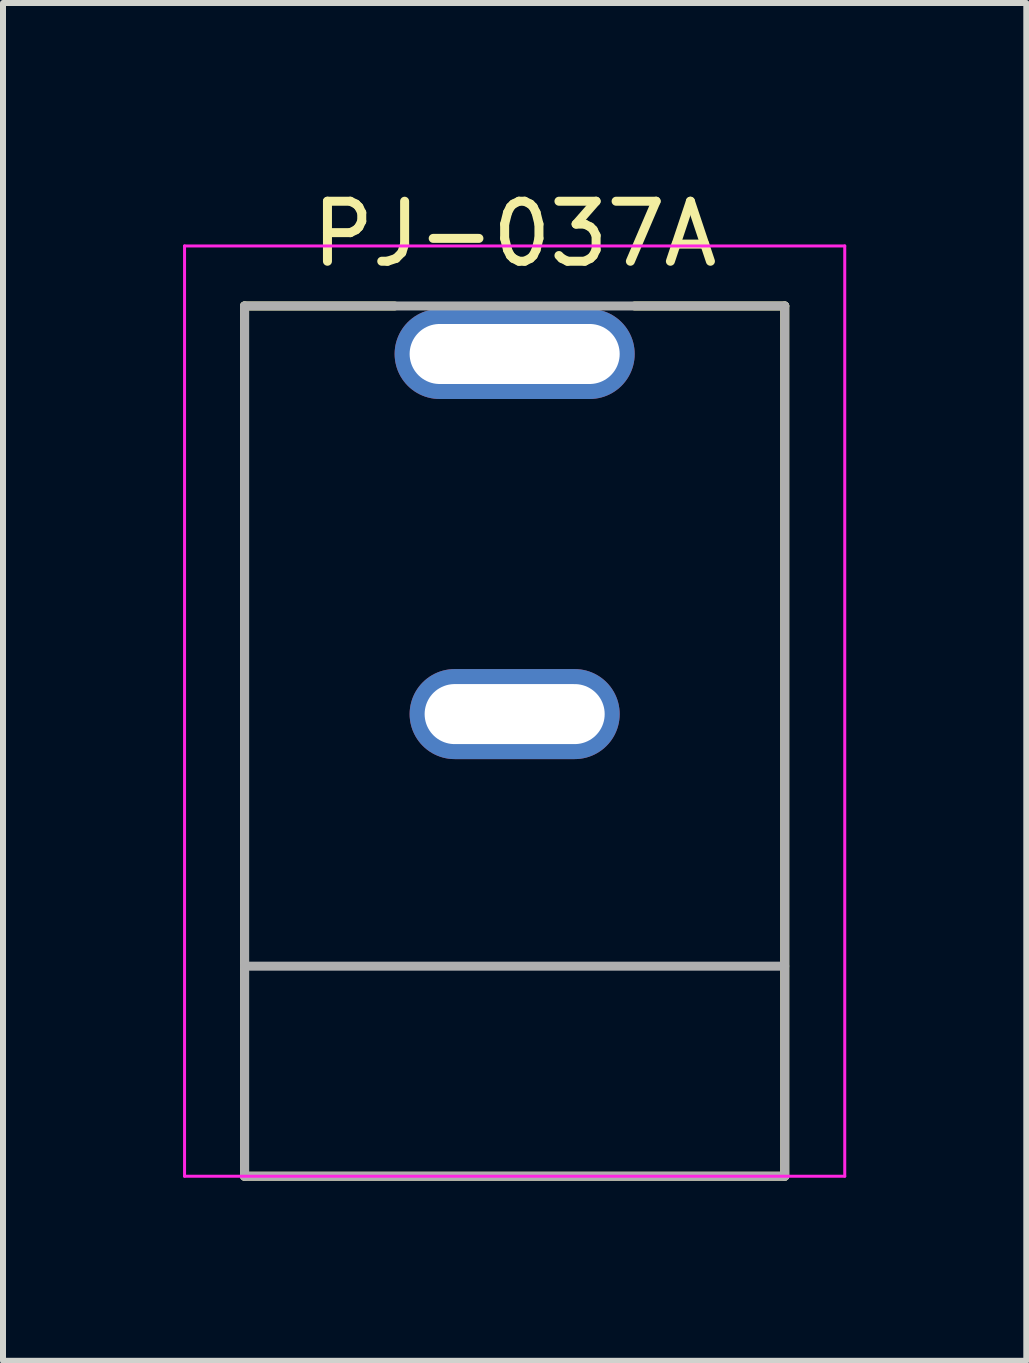
<source format=kicad_pcb>
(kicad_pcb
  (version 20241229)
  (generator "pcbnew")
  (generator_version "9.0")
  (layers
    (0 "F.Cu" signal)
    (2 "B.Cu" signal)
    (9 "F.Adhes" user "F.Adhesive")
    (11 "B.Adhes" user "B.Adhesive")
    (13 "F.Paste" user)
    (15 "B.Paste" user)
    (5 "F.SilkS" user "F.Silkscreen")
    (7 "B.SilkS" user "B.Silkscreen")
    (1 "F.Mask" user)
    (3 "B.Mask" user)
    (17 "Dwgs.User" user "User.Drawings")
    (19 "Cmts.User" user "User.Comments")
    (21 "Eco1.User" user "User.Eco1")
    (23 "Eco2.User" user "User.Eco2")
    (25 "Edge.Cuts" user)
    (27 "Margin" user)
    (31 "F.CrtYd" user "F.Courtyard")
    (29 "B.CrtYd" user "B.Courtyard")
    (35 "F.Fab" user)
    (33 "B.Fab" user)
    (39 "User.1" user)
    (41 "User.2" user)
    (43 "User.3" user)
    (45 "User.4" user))
  (footprint "PJ-037A"
    (layer "F.Cu")
    (at 5.525 8.848)
    (property "Reference" "PJ-037A" (at 0 -8 0) (layer "F.SilkS") (effects (font (size 1 1) (thickness 0.15))))
    (attr smd)
    (fp_line (start -4.5 -6.8) (end -4.5 7.7) (stroke (width 0.15) (type solid)) (layer "F.SilkS"))
    (fp_line (start -4.5 -6.8) (end -2 -6.8) (stroke (width 0.15) (type solid)) (layer "F.SilkS"))
    (fp_line (start -4.5 7.7) (end 4.5 7.7) (stroke (width 0.15) (type solid)) (layer "F.SilkS"))
    (fp_line (start 2 -6.8) (end 4.5 -6.8) (stroke (width 0.15) (type solid)) (layer "F.SilkS"))
    (fp_line (start 4.5 -6.8) (end 4.5 7.7) (stroke (width 0.15) (type solid)) (layer "F.SilkS"))
    (fp_line (start -5.5 -7.8) (end -5.5 7.7) (stroke (width 0.05) (type solid)) (layer "F.CrtYd"))
    (fp_line (start -5.5 -7.8) (end 5.5 -7.8) (stroke (width 0.05) (type solid)) (layer "F.CrtYd"))
    (fp_line (start -5.5 7.7) (end 5.5 7.7) (stroke (width 0.05) (type solid)) (layer "F.CrtYd"))
    (fp_line (start 5.5 -7.8) (end 5.5 7.7) (stroke (width 0.05) (type solid)) (layer "F.CrtYd"))
    (fp_line (start -4.5 -6.8) (end -4.5 7.7) (stroke (width 0.15) (type solid)) (layer "F.Fab"))
    (fp_line (start -4.5 -6.8) (end 4.5 -6.8) (stroke (width 0.15) (type solid)) (layer "F.Fab"))
    (fp_line (start -4.5 4.2) (end 4.5 4.2) (stroke (width 0.15) (type solid)) (layer "F.Fab"))
    (fp_line (start -4.5 7.7) (end 4.5 7.7) (stroke (width 0.15) (type solid)) (layer "F.Fab"))
    (fp_line (start 4.5 -6.8) (end 4.5 7.7) (stroke (width 0.15) (type solid)) (layer "F.Fab"))
    (pad "1" thru_hole oval (at 0 -6) (size 4 1.5) (drill oval 3.5 1) (layers "*.Cu" "*.Mask"))
    (pad "2" thru_hole oval (at 0 0) (size 3.5 1.5) (drill oval 3 1) (layers "*.Cu" "*.Mask")))
  (gr_rect
    (start -3 -3)
    (end 14.05 19.623)
    (stroke (width 0.1) (type default))
    (fill no)
    (layer "Edge.Cuts")))
</source>
